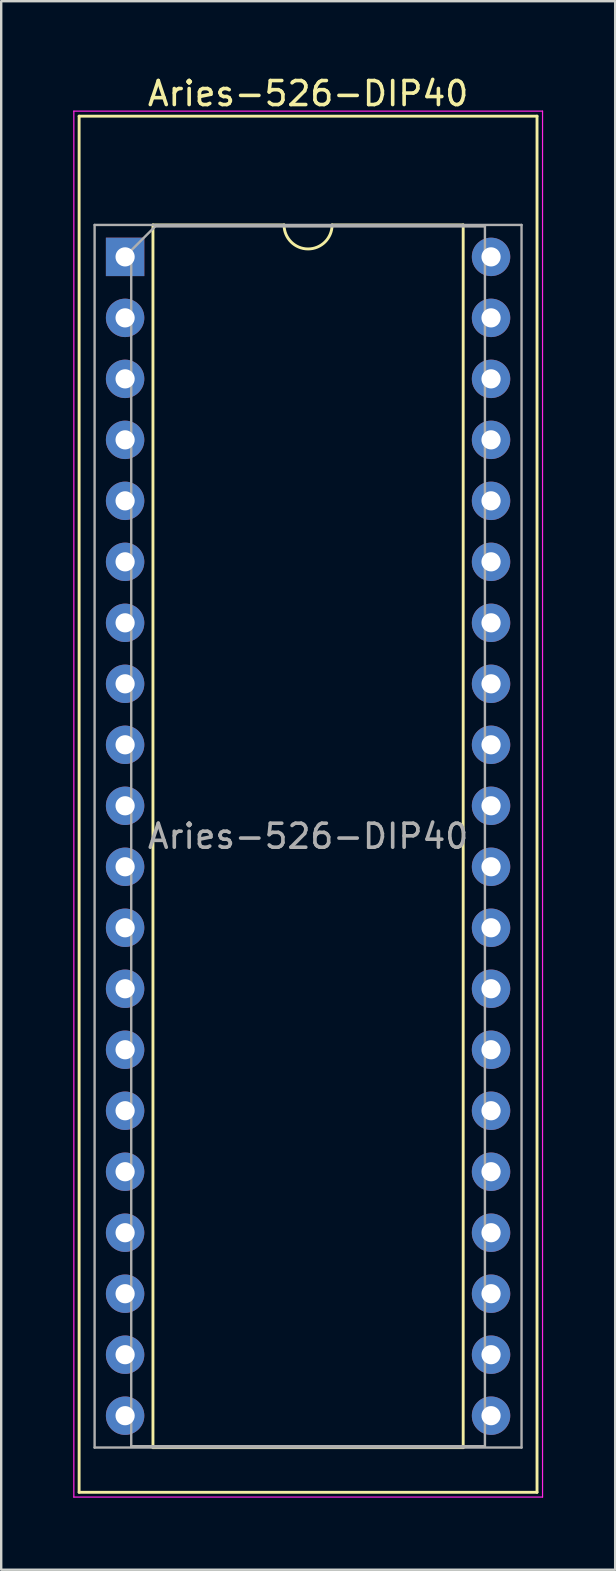
<source format=kicad_pcb>
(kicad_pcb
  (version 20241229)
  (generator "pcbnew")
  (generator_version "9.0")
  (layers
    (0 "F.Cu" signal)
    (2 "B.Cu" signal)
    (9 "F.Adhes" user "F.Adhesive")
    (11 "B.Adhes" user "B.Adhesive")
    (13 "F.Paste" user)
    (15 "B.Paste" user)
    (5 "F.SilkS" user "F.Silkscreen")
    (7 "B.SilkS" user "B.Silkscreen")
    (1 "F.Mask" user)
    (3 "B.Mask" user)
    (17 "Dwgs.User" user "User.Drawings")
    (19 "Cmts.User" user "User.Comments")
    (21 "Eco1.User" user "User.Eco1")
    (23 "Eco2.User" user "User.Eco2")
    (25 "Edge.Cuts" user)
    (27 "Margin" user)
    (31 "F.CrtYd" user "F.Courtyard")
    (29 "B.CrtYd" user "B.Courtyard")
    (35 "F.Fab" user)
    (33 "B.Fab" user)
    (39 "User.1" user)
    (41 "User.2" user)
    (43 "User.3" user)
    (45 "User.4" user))
  (footprint "Aries-526-DIP40"
    (layer "F.Cu")
    (at 2.16 7.648)
    (property "Reference" "Aries-526-DIP40" (at 7.62 -6.8 0) (layer "F.SilkS") (effects (font (size 1 1) (thickness 0.15))))
    (attr through_hole)
    (fp_line (start -1.915 -5.86) (end -1.915 51.45) (stroke (width 0.12) (type solid)) (layer "F.SilkS"))
    (fp_line (start -1.915 51.45) (end 17.155 51.45) (stroke (width 0.12) (type solid)) (layer "F.SilkS"))
    (fp_line (start 1.16 -1.33) (end 1.16 49.59) (stroke (width 0.12) (type solid)) (layer "F.SilkS"))
    (fp_line (start 1.16 49.59) (end 14.08 49.59) (stroke (width 0.12) (type solid)) (layer "F.SilkS"))
    (fp_line (start 6.62 -1.33) (end 1.16 -1.33) (stroke (width 0.12) (type solid)) (layer "F.SilkS"))
    (fp_line (start 14.08 -1.33) (end 8.62 -1.33) (stroke (width 0.12) (type solid)) (layer "F.SilkS"))
    (fp_line (start 14.08 49.59) (end 14.08 -1.33) (stroke (width 0.12) (type solid)) (layer "F.SilkS"))
    (fp_line (start 17.155 -5.86) (end -1.915 -5.86) (stroke (width 0.12) (type solid)) (layer "F.SilkS"))
    (fp_line (start 17.155 51.45) (end 17.155 -5.86) (stroke (width 0.12) (type solid)) (layer "F.SilkS"))
    (fp_arc (start 8.62 -1.33) (mid 7.62 -0.33) (end 6.62 -1.33) (stroke (width 0.12) (type solid)) (layer "F.SilkS"))
    (fp_line (start -2.135 -6.07) (end -2.135 51.65) (stroke (width 0.05) (type solid)) (layer "F.CrtYd"))
    (fp_line (start -2.135 51.65) (end 17.385 51.65) (stroke (width 0.05) (type solid)) (layer "F.CrtYd"))
    (fp_line (start 17.385 -6.07) (end -2.135 -6.07) (stroke (width 0.05) (type solid)) (layer "F.CrtYd"))
    (fp_line (start 17.385 51.65) (end 17.385 -6.07) (stroke (width 0.05) (type solid)) (layer "F.CrtYd"))
    (fp_line (start -1.27 -1.33) (end -1.27 49.587) (stroke (width 0.1) (type solid)) (layer "F.Fab"))
    (fp_line (start -1.27 49.587) (end 16.51 49.587) (stroke (width 0.1) (type solid)) (layer "F.Fab"))
    (fp_line (start 0.255 -0.27) (end 1.255 -1.27) (stroke (width 0.1) (type solid)) (layer "F.Fab"))
    (fp_line (start 0.255 49.53) (end 0.255 -0.27) (stroke (width 0.1) (type solid)) (layer "F.Fab"))
    (fp_line (start 1.255 -1.27) (end 14.985 -1.27) (stroke (width 0.1) (type solid)) (layer "F.Fab"))
    (fp_line (start 14.985 -1.27) (end 14.985 49.53) (stroke (width 0.1) (type solid)) (layer "F.Fab"))
    (fp_line (start 14.985 49.53) (end 0.255 49.53) (stroke (width 0.1) (type solid)) (layer "F.Fab"))
    (fp_line (start 16.51 -1.33) (end -1.27 -1.33) (stroke (width 0.1) (type solid)) (layer "F.Fab"))
    (fp_line (start 16.51 49.587) (end 16.51 -1.33) (stroke (width 0.1) (type solid)) (layer "F.Fab"))
    (fp_text user "${REFERENCE}" (at 7.62 24.13 0) (layer "F.Fab") (effects (font (size 1 1) (thickness 0.15))))
    (pad "1" thru_hole rect (at 0 0) (size 1.6 1.6) (drill 0.8) (layers "*.Cu" "*.Mask"))
    (pad "2" thru_hole oval (at 0 2.54) (size 1.6 1.6) (drill 0.8) (layers "*.Cu" "*.Mask"))
    (pad "3" thru_hole oval (at 0 5.08) (size 1.6 1.6) (drill 0.8) (layers "*.Cu" "*.Mask"))
    (pad "4" thru_hole oval (at 0 7.62) (size 1.6 1.6) (drill 0.8) (layers "*.Cu" "*.Mask"))
    (pad "5" thru_hole oval (at 0 10.16) (size 1.6 1.6) (drill 0.8) (layers "*.Cu" "*.Mask"))
    (pad "6" thru_hole oval (at 0 12.7) (size 1.6 1.6) (drill 0.8) (layers "*.Cu" "*.Mask"))
    (pad "7" thru_hole oval (at 0 15.24) (size 1.6 1.6) (drill 0.8) (layers "*.Cu" "*.Mask"))
    (pad "8" thru_hole oval (at 0 17.78) (size 1.6 1.6) (drill 0.8) (layers "*.Cu" "*.Mask"))
    (pad "9" thru_hole oval (at 0 20.32) (size 1.6 1.6) (drill 0.8) (layers "*.Cu" "*.Mask"))
    (pad "10" thru_hole oval (at 0 22.86) (size 1.6 1.6) (drill 0.8) (layers "*.Cu" "*.Mask"))
    (pad "11" thru_hole oval (at 0 25.4) (size 1.6 1.6) (drill 0.8) (layers "*.Cu" "*.Mask"))
    (pad "12" thru_hole oval (at 0 27.94) (size 1.6 1.6) (drill 0.8) (layers "*.Cu" "*.Mask"))
    (pad "13" thru_hole oval (at 0 30.48) (size 1.6 1.6) (drill 0.8) (layers "*.Cu" "*.Mask"))
    (pad "14" thru_hole oval (at 0 33.02) (size 1.6 1.6) (drill 0.8) (layers "*.Cu" "*.Mask"))
    (pad "15" thru_hole oval (at 0 35.56) (size 1.6 1.6) (drill 0.8) (layers "*.Cu" "*.Mask"))
    (pad "16" thru_hole oval (at 0 38.1) (size 1.6 1.6) (drill 0.8) (layers "*.Cu" "*.Mask"))
    (pad "17" thru_hole oval (at 0 40.64) (size 1.6 1.6) (drill 0.8) (layers "*.Cu" "*.Mask"))
    (pad "18" thru_hole oval (at 0 43.18) (size 1.6 1.6) (drill 0.8) (layers "*.Cu" "*.Mask"))
    (pad "19" thru_hole oval (at 0 45.72) (size 1.6 1.6) (drill 0.8) (layers "*.Cu" "*.Mask"))
    (pad "20" thru_hole oval (at 0 48.26) (size 1.6 1.6) (drill 0.8) (layers "*.Cu" "*.Mask"))
    (pad "21" thru_hole oval (at 15.24 48.26) (size 1.6 1.6) (drill 0.8) (layers "*.Cu" "*.Mask"))
    (pad "22" thru_hole oval (at 15.24 45.72) (size 1.6 1.6) (drill 0.8) (layers "*.Cu" "*.Mask"))
    (pad "23" thru_hole oval (at 15.24 43.18) (size 1.6 1.6) (drill 0.8) (layers "*.Cu" "*.Mask"))
    (pad "24" thru_hole oval (at 15.24 40.64) (size 1.6 1.6) (drill 0.8) (layers "*.Cu" "*.Mask"))
    (pad "25" thru_hole oval (at 15.24 38.1) (size 1.6 1.6) (drill 0.8) (layers "*.Cu" "*.Mask"))
    (pad "26" thru_hole oval (at 15.24 35.56) (size 1.6 1.6) (drill 0.8) (layers "*.Cu" "*.Mask"))
    (pad "27" thru_hole oval (at 15.24 33.02) (size 1.6 1.6) (drill 0.8) (layers "*.Cu" "*.Mask"))
    (pad "28" thru_hole oval (at 15.24 30.48) (size 1.6 1.6) (drill 0.8) (layers "*.Cu" "*.Mask"))
    (pad "29" thru_hole oval (at 15.24 27.94) (size 1.6 1.6) (drill 0.8) (layers "*.Cu" "*.Mask"))
    (pad "30" thru_hole oval (at 15.24 25.4) (size 1.6 1.6) (drill 0.8) (layers "*.Cu" "*.Mask"))
    (pad "31" thru_hole oval (at 15.24 22.86) (size 1.6 1.6) (drill 0.8) (layers "*.Cu" "*.Mask"))
    (pad "32" thru_hole oval (at 15.24 20.32) (size 1.6 1.6) (drill 0.8) (layers "*.Cu" "*.Mask"))
    (pad "33" thru_hole oval (at 15.24 17.78) (size 1.6 1.6) (drill 0.8) (layers "*.Cu" "*.Mask"))
    (pad "34" thru_hole oval (at 15.24 15.24) (size 1.6 1.6) (drill 0.8) (layers "*.Cu" "*.Mask"))
    (pad "35" thru_hole oval (at 15.24 12.7) (size 1.6 1.6) (drill 0.8) (layers "*.Cu" "*.Mask"))
    (pad "36" thru_hole oval (at 15.24 10.16) (size 1.6 1.6) (drill 0.8) (layers "*.Cu" "*.Mask"))
    (pad "37" thru_hole oval (at 15.24 7.62) (size 1.6 1.6) (drill 0.8) (layers "*.Cu" "*.Mask"))
    (pad "38" thru_hole oval (at 15.24 5.08) (size 1.6 1.6) (drill 0.8) (layers "*.Cu" "*.Mask"))
    (pad "39" thru_hole oval (at 15.24 2.54) (size 1.6 1.6) (drill 0.8) (layers "*.Cu" "*.Mask"))
    (pad "40" thru_hole oval (at 15.24 0) (size 1.6 1.6) (drill 0.8) (layers "*.Cu" "*.Mask")))
  (gr_rect
    (start -3 -3)
    (end 22.57 62.323)
    (stroke (width 0.1) (type default))
    (fill no)
    (layer "Edge.Cuts")))
</source>
